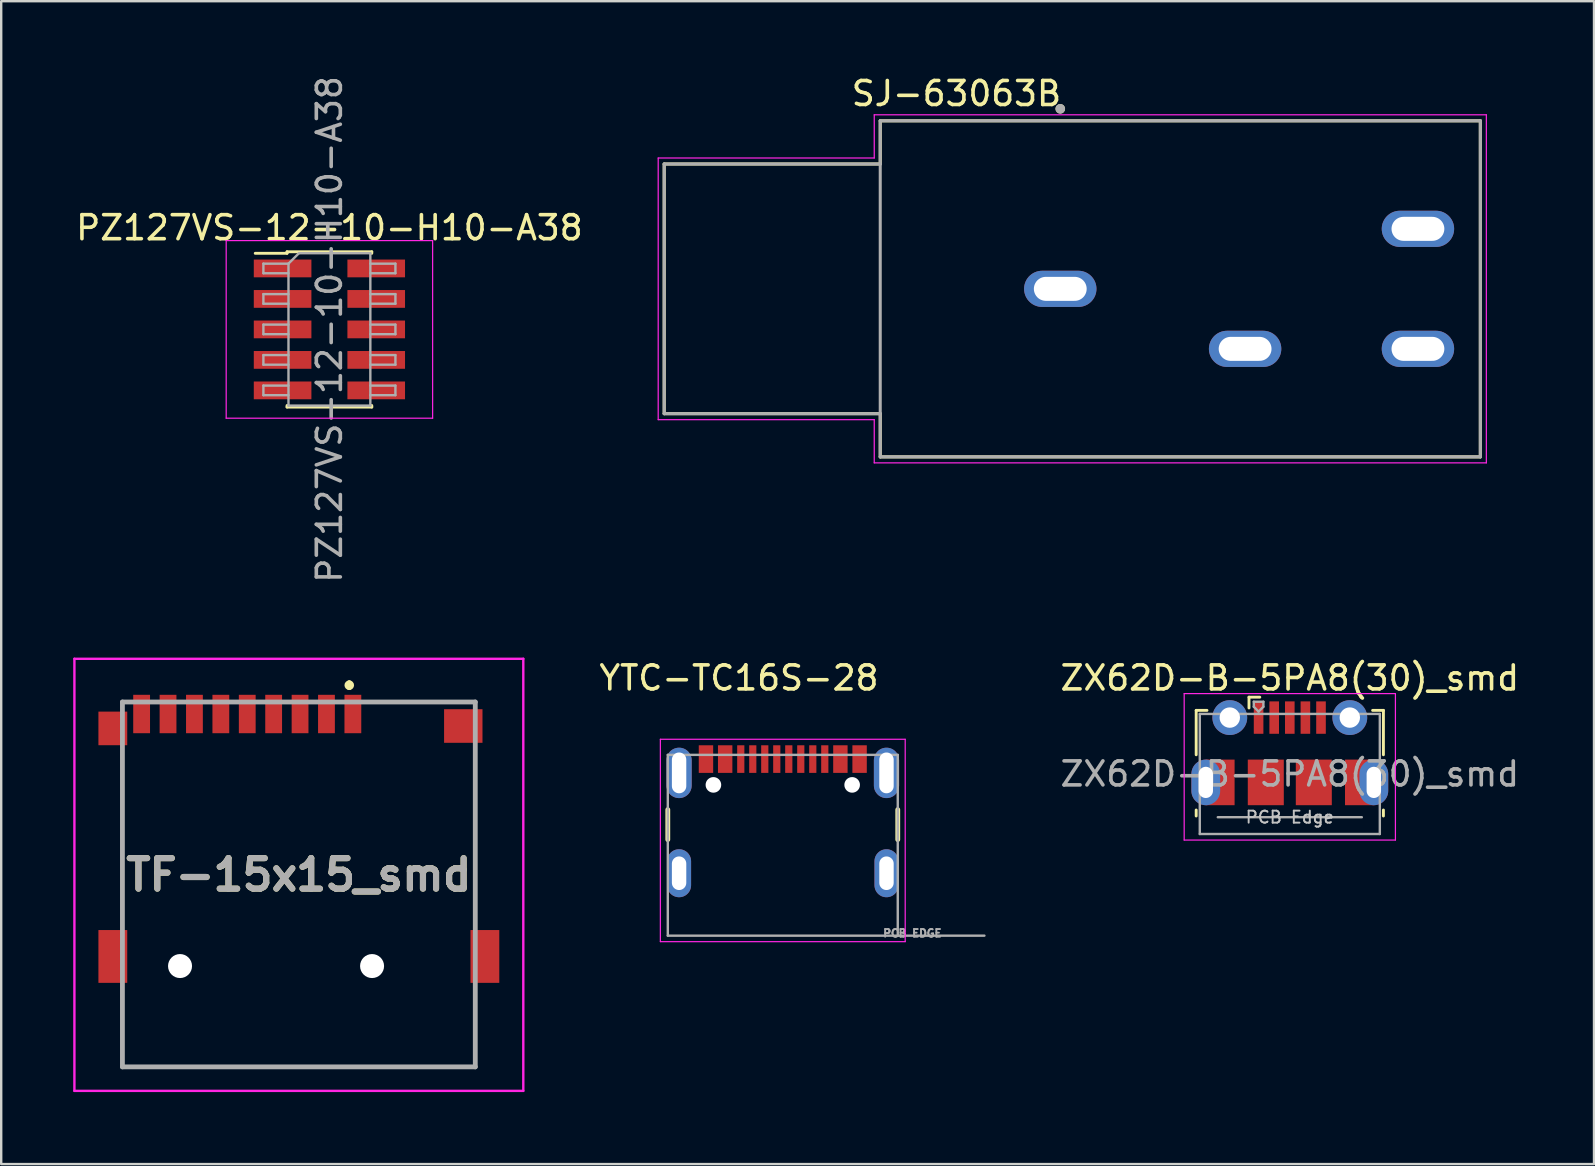
<source format=kicad_pcb>
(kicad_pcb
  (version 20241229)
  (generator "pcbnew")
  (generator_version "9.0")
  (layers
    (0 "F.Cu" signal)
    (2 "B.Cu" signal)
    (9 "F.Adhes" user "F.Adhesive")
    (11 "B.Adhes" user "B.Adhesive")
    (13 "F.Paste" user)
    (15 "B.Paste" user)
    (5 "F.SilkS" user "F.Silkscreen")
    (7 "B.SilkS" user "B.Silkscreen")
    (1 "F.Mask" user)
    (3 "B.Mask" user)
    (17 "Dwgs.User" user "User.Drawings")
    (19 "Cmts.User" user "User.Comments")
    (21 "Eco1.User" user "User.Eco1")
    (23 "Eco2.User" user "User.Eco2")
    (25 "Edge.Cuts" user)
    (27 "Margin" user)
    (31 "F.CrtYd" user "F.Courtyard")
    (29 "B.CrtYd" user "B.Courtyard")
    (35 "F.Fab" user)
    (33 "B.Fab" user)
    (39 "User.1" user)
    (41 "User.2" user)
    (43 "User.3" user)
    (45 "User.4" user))
  (footprint "PZ127VS-12-10-H10-A38"
    (layer "F.Cu")
    (at 10.673 10.673)
    (property "Reference" "PZ127VS-12-10-H10-A38" (at 0 -4.235 0) (layer "F.SilkS") (effects (font (size 1 1) (thickness 0.15))))
    (attr smd)
    (fp_line (start -3.09 -3.17) (end -1.765 -3.17) (stroke (width 0.12) (type solid)) (layer "F.SilkS"))
    (fp_line (start -1.765 -3.235) (end -1.765 -3.17) (stroke (width 0.12) (type solid)) (layer "F.SilkS"))
    (fp_line (start -1.765 -3.235) (end 1.765 -3.235) (stroke (width 0.12) (type solid)) (layer "F.SilkS"))
    (fp_line (start -1.765 3.17) (end -1.765 3.235) (stroke (width 0.12) (type solid)) (layer "F.SilkS"))
    (fp_line (start -1.765 3.235) (end 1.765 3.235) (stroke (width 0.12) (type solid)) (layer "F.SilkS"))
    (fp_line (start 1.765 -3.235) (end 1.765 -3.17) (stroke (width 0.12) (type solid)) (layer "F.SilkS"))
    (fp_line (start 1.765 3.17) (end 1.765 3.235) (stroke (width 0.12) (type solid)) (layer "F.SilkS"))
    (fp_line (start -4.3 -3.7) (end -4.3 3.7) (stroke (width 0.05) (type solid)) (layer "F.CrtYd"))
    (fp_line (start -4.3 3.7) (end 4.3 3.7) (stroke (width 0.05) (type solid)) (layer "F.CrtYd"))
    (fp_line (start 4.3 -3.7) (end -4.3 -3.7) (stroke (width 0.05) (type solid)) (layer "F.CrtYd"))
    (fp_line (start 4.3 3.7) (end 4.3 -3.7) (stroke (width 0.05) (type solid)) (layer "F.CrtYd"))
    (fp_line (start -2.75 -2.74) (end -2.75 -2.34) (stroke (width 0.1) (type solid)) (layer "F.Fab"))
    (fp_line (start -2.75 -2.34) (end -1.705 -2.34) (stroke (width 0.1) (type solid)) (layer "F.Fab"))
    (fp_line (start -2.75 -1.47) (end -2.75 -1.07) (stroke (width 0.1) (type solid)) (layer "F.Fab"))
    (fp_line (start -2.75 -1.07) (end -1.705 -1.07) (stroke (width 0.1) (type solid)) (layer "F.Fab"))
    (fp_line (start -2.75 -0.2) (end -2.75 0.2) (stroke (width 0.1) (type solid)) (layer "F.Fab"))
    (fp_line (start -2.75 0.2) (end -1.705 0.2) (stroke (width 0.1) (type solid)) (layer "F.Fab"))
    (fp_line (start -2.75 1.07) (end -2.75 1.47) (stroke (width 0.1) (type solid)) (layer "F.Fab"))
    (fp_line (start -2.75 1.47) (end -1.705 1.47) (stroke (width 0.1) (type solid)) (layer "F.Fab"))
    (fp_line (start -2.75 2.34) (end -2.75 2.74) (stroke (width 0.1) (type solid)) (layer "F.Fab"))
    (fp_line (start -2.75 2.74) (end -1.705 2.74) (stroke (width 0.1) (type solid)) (layer "F.Fab"))
    (fp_line (start -1.705 -2.74) (end -2.75 -2.74) (stroke (width 0.1) (type solid)) (layer "F.Fab"))
    (fp_line (start -1.705 -2.74) (end -1.27 -3.175) (stroke (width 0.1) (type solid)) (layer "F.Fab"))
    (fp_line (start -1.705 -1.47) (end -2.75 -1.47) (stroke (width 0.1) (type solid)) (layer "F.Fab"))
    (fp_line (start -1.705 -0.2) (end -2.75 -0.2) (stroke (width 0.1) (type solid)) (layer "F.Fab"))
    (fp_line (start -1.705 1.07) (end -2.75 1.07) (stroke (width 0.1) (type solid)) (layer "F.Fab"))
    (fp_line (start -1.705 2.34) (end -2.75 2.34) (stroke (width 0.1) (type solid)) (layer "F.Fab"))
    (fp_line (start -1.705 3.175) (end -1.705 -2.74) (stroke (width 0.1) (type solid)) (layer "F.Fab"))
    (fp_line (start -1.27 -3.175) (end 1.705 -3.175) (stroke (width 0.1) (type solid)) (layer "F.Fab"))
    (fp_line (start 1.705 -3.175) (end 1.705 3.175) (stroke (width 0.1) (type solid)) (layer "F.Fab"))
    (fp_line (start 1.705 -2.74) (end 2.75 -2.74) (stroke (width 0.1) (type solid)) (layer "F.Fab"))
    (fp_line (start 1.705 -1.47) (end 2.75 -1.47) (stroke (width 0.1) (type solid)) (layer "F.Fab"))
    (fp_line (start 1.705 -0.2) (end 2.75 -0.2) (stroke (width 0.1) (type solid)) (layer "F.Fab"))
    (fp_line (start 1.705 1.07) (end 2.75 1.07) (stroke (width 0.1) (type solid)) (layer "F.Fab"))
    (fp_line (start 1.705 2.34) (end 2.75 2.34) (stroke (width 0.1) (type solid)) (layer "F.Fab"))
    (fp_line (start 1.705 3.175) (end -1.705 3.175) (stroke (width 0.1) (type solid)) (layer "F.Fab"))
    (fp_line (start 2.75 -2.74) (end 2.75 -2.34) (stroke (width 0.1) (type solid)) (layer "F.Fab"))
    (fp_line (start 2.75 -2.34) (end 1.705 -2.34) (stroke (width 0.1) (type solid)) (layer "F.Fab"))
    (fp_line (start 2.75 -1.47) (end 2.75 -1.07) (stroke (width 0.1) (type solid)) (layer "F.Fab"))
    (fp_line (start 2.75 -1.07) (end 1.705 -1.07) (stroke (width 0.1) (type solid)) (layer "F.Fab"))
    (fp_line (start 2.75 -0.2) (end 2.75 0.2) (stroke (width 0.1) (type solid)) (layer "F.Fab"))
    (fp_line (start 2.75 0.2) (end 1.705 0.2) (stroke (width 0.1) (type solid)) (layer "F.Fab"))
    (fp_line (start 2.75 1.07) (end 2.75 1.47) (stroke (width 0.1) (type solid)) (layer "F.Fab"))
    (fp_line (start 2.75 1.47) (end 1.705 1.47) (stroke (width 0.1) (type solid)) (layer "F.Fab"))
    (fp_line (start 2.75 2.34) (end 2.75 2.74) (stroke (width 0.1) (type solid)) (layer "F.Fab"))
    (fp_line (start 2.75 2.74) (end 1.705 2.74) (stroke (width 0.1) (type solid)) (layer "F.Fab"))
    (fp_text user "${REFERENCE}" (at 0 0 90) (layer "F.Fab") (effects (font (size 1 1) (thickness 0.15))))
    (pad "1" smd rect (at -1.95 -2.54) (size 2.4 0.74) (layers "F.Cu" "F.Mask" "F.Paste"))
    (pad "2" smd rect (at 1.95 -2.54) (size 2.4 0.74) (layers "F.Cu" "F.Mask" "F.Paste"))
    (pad "3" smd rect (at -1.95 -1.27) (size 2.4 0.74) (layers "F.Cu" "F.Mask" "F.Paste"))
    (pad "4" smd rect (at 1.95 -1.27) (size 2.4 0.74) (layers "F.Cu" "F.Mask" "F.Paste"))
    (pad "5" smd rect (at -1.95 0) (size 2.4 0.74) (layers "F.Cu" "F.Mask" "F.Paste"))
    (pad "6" smd rect (at 1.95 0) (size 2.4 0.74) (layers "F.Cu" "F.Mask" "F.Paste"))
    (pad "7" smd rect (at -1.95 1.27) (size 2.4 0.74) (layers "F.Cu" "F.Mask" "F.Paste"))
    (pad "8" smd rect (at 1.95 1.27) (size 2.4 0.74) (layers "F.Cu" "F.Mask" "F.Paste"))
    (pad "9" smd rect (at -1.95 2.54) (size 2.4 0.74) (layers "F.Cu" "F.Mask" "F.Paste"))
    (pad "10" smd rect (at 1.95 2.54) (size 2.4 0.74) (layers "F.Cu" "F.Mask" "F.Paste")))
  (footprint "YTC-TC16S-28"
    (layer "F.Cu")
    (at 29.56 33.328)
    (property "Reference" "YTC-TC16S-28" (at -1.825 -8.135 0) (layer "F.SilkS") (effects (font (size 1 1) (thickness 0.15))))
    (attr smd)
    (fp_line (start -4.79 -2.65) (end -4.79 -1.4) (stroke (width 0.2) (type solid)) (layer "F.SilkS"))
    (fp_line (start 4.79 -2.65) (end 4.79 -1.4) (stroke (width 0.2) (type solid)) (layer "F.SilkS"))
    (fp_line (start -5.1 -5.58) (end -5.1 2.85) (stroke (width 0.05) (type solid)) (layer "F.CrtYd"))
    (fp_line (start -5.1 2.85) (end 5.1 2.85) (stroke (width 0.05) (type solid)) (layer "F.CrtYd"))
    (fp_line (start 5.1 -5.58) (end -5.1 -5.58) (stroke (width 0.05) (type solid)) (layer "F.CrtYd"))
    (fp_line (start 5.1 2.85) (end 5.1 -5.58) (stroke (width 0.05) (type solid)) (layer "F.CrtYd"))
    (fp_line (start -4.79 -4.93) (end 4.79 -4.93) (stroke (width 0.1) (type solid)) (layer "F.Fab"))
    (fp_line (start -4.79 2.6) (end -4.79 -4.93) (stroke (width 0.1) (type solid)) (layer "F.Fab"))
    (fp_line (start 4.79 -4.93) (end 4.79 2.6) (stroke (width 0.1) (type solid)) (layer "F.Fab"))
    (fp_line (start 4.79 2.6) (end -4.79 2.6) (stroke (width 0.1) (type solid)) (layer "F.Fab"))
    (fp_line (start 4.8 2.6) (end 8.4 2.6) (stroke (width 0.1) (type solid)) (layer "F.Fab"))
    (fp_line (start 4.79 2.6) (end 4.79 1.32) (stroke (width 0.2) (type solid)) (layer "User.8"))
    (fp_line (start -4.79 1.32) (end -4.79 2.6) (stroke (width 0.2) (type solid)) (layer "User.9"))
    (fp_line (start -4.79 2.6) (end 4.79 2.6) (stroke (width 0.2) (type solid)) (layer "User.9"))
    (fp_text user "PCB EDGE" (at 5.4 2.5 0) (layer "F.Fab") (effects (font (size 0.32 0.32) (thickness 0.15))))
    (pad "" np_thru_hole circle (at -2.89 -3.68) (size 0.65 0.65) (drill 0.65) (layers "*.Cu" "*.Mask"))
    (pad "" np_thru_hole circle (at 2.89 -3.68) (size 0.65 0.65) (drill 0.65) (layers "*.Cu" "*.Mask"))
    (pad "A1_B12" smd rect (at -3.2 -4.755) (size 0.6 1.15) (layers "F.Cu" "F.Mask" "F.Paste"))
    (pad "A4_B9" smd rect (at -2.4 -4.755) (size 0.6 1.15) (layers "F.Cu" "F.Mask" "F.Paste"))
    (pad "A5" smd rect (at -1.25 -4.755) (size 0.3 1.15) (layers "F.Cu" "F.Mask" "F.Paste"))
    (pad "A6" smd rect (at -0.25 -4.755) (size 0.3 1.15) (layers "F.Cu" "F.Mask" "F.Paste"))
    (pad "A7" smd rect (at 0.25 -4.755) (size 0.3 1.15) (layers "F.Cu" "F.Mask" "F.Paste"))
    (pad "A8" smd rect (at 1.25 -4.755) (size 0.3 1.15) (layers "F.Cu" "F.Mask" "F.Paste"))
    (pad "B1_A12" smd rect (at 3.2 -4.755) (size 0.6 1.15) (layers "F.Cu" "F.Mask" "F.Paste"))
    (pad "B4_A9" smd rect (at 2.4 -4.755) (size 0.6 1.15) (layers "F.Cu" "F.Mask" "F.Paste"))
    (pad "B5" smd rect (at 1.75 -4.755) (size 0.3 1.15) (layers "F.Cu" "F.Mask" "F.Paste"))
    (pad "B6" smd rect (at 0.75 -4.755) (size 0.3 1.15) (layers "F.Cu" "F.Mask" "F.Paste"))
    (pad "B7" smd rect (at -0.75 -4.755) (size 0.3 1.15) (layers "F.Cu" "F.Mask" "F.Paste"))
    (pad "B8" smd rect (at -1.75 -4.755) (size 0.3 1.15) (layers "F.Cu" "F.Mask" "F.Paste"))
    (pad "S1" thru_hole oval (at -4.32 -4.18) (size 1.05 2.1) (drill oval 0.6 1.7) (layers "*.Cu" "*.Mask"))
    (pad "S2" thru_hole oval (at -4.32 0) (size 1 2) (drill oval 0.6 1.4) (layers "*.Cu" "*.Mask"))
    (pad "S3" thru_hole oval (at 4.32 0) (size 1 2) (drill oval 0.6 1.4) (layers "*.Cu" "*.Mask"))
    (pad "S4" thru_hole oval (at 4.32 -4.18) (size 1.05 2.1) (drill oval 0.6 1.7) (layers "*.Cu" "*.Mask")))
  (footprint "ZX62D-B-5PA8(30)_smd"
    (layer "F.Cu")
    (at 50.682 28.306)
    (property "Reference" "ZX62D-B-5PA8(30)_smd" (at 0 -3.112 0) (layer "F.SilkS") (effects (font (size 1 1) (thickness 0.15))))
    (attr smd)
    (fp_line (start -3.9 -1.762) (end -3.45 -1.762) (stroke (width 0.12) (type solid)) (layer "F.SilkS"))
    (fp_line (start -3.9 0.087) (end -3.9 -1.762) (stroke (width 0.12) (type solid)) (layer "F.SilkS"))
    (fp_line (start -3.9 2.638) (end -3.9 2.388) (stroke (width 0.12) (type solid)) (layer "F.SilkS"))
    (fp_line (start -1.7 -2.312) (end -1.7 -1.863) (stroke (width 0.12) (type solid)) (layer "F.SilkS"))
    (fp_line (start -1.7 -2.312) (end -1.25 -2.312) (stroke (width 0.12) (type solid)) (layer "F.SilkS"))
    (fp_line (start 3.9 -1.762) (end 3.45 -1.762) (stroke (width 0.12) (type solid)) (layer "F.SilkS"))
    (fp_line (start 3.9 0.087) (end 3.9 -1.762) (stroke (width 0.12) (type solid)) (layer "F.SilkS"))
    (fp_line (start 3.9 2.638) (end 3.9 2.388) (stroke (width 0.12) (type solid)) (layer "F.SilkS"))
    (fp_line (start -4.4 -2.46) (end 4.4 -2.46) (stroke (width 0.05) (type solid)) (layer "F.CrtYd"))
    (fp_line (start -4.4 3.64) (end -4.4 -2.46) (stroke (width 0.05) (type solid)) (layer "F.CrtYd"))
    (fp_line (start -4.4 3.64) (end 4.4 3.64) (stroke (width 0.05) (type solid)) (layer "F.CrtYd"))
    (fp_line (start 4.4 -2.46) (end 4.4 3.64) (stroke (width 0.05) (type solid)) (layer "F.CrtYd"))
    (fp_line (start -3.75 -1.613) (end 3.75 -1.613) (stroke (width 0.1) (type solid)) (layer "F.Fab"))
    (fp_line (start -3.75 3.388) (end -3.75 -1.613) (stroke (width 0.1) (type solid)) (layer "F.Fab"))
    (fp_line (start -3.75 3.389) (end 3.75 3.389) (stroke (width 0.1) (type solid)) (layer "F.Fab"))
    (fp_line (start -3 2.689) (end 3 2.689) (stroke (width 0.1) (type solid)) (layer "F.Fab"))
    (fp_line (start -1.5 -2.123) (end -1.5 -1.913) (stroke (width 0.1) (type solid)) (layer "F.Fab"))
    (fp_line (start -1.5 -2.123) (end -1.1 -2.123) (stroke (width 0.1) (type solid)) (layer "F.Fab"))
    (fp_line (start -1.3 -1.712) (end -1.5 -1.913) (stroke (width 0.1) (type solid)) (layer "F.Fab"))
    (fp_line (start -1.1 -2.123) (end -1.1 -1.913) (stroke (width 0.1) (type solid)) (layer "F.Fab"))
    (fp_line (start -1.1 -1.913) (end -1.3 -1.712) (stroke (width 0.1) (type solid)) (layer "F.Fab"))
    (fp_line (start 3.75 3.388) (end 3.75 -1.613) (stroke (width 0.1) (type solid)) (layer "F.Fab"))
    (fp_text user "PCB Edge" (at 0 2.688 0) (layer "Dwgs.User") (effects (font (size 0.5 0.5) (thickness 0.08))))
    (fp_text user "${REFERENCE}" (at 0 0.887 0) (layer "F.Fab") (effects (font (size 1 1) (thickness 0.15))))
    (pad "1" smd rect (at -1.3 -1.462) (size 0.4 1.35) (layers "F.Cu" "F.Mask" "F.Paste"))
    (pad "2" smd rect (at -0.65 -1.462) (size 0.4 1.35) (layers "F.Cu" "F.Mask" "F.Paste"))
    (pad "3" smd rect (at 0 -1.462) (size 0.4 1.35) (layers "F.Cu" "F.Mask" "F.Paste"))
    (pad "4" smd rect (at 0.65 -1.462) (size 0.4 1.35) (layers "F.Cu" "F.Mask" "F.Paste"))
    (pad "5" smd rect (at 1.3 -1.462) (size 0.4 1.35) (layers "F.Cu" "F.Mask" "F.Paste"))
    (pad "6" thru_hole circle (at 2.5 -1.462) (size 1.45 1.45) (drill 0.85) (layers "*.Cu" "*.Mask"))
    (pad "7" smd rect (at 2.9 1.238) (size 1.2 1.9) (layers "F.Cu" "F.Mask"))
    (pad "7" thru_hole oval (at 3.5 1.238) (size 1.2 1.9) (drill oval 0.6 1.3) (layers "*.Cu" "*.Mask"))
    (pad "8" smd rect (at 1 1.238) (size 1.5 1.9) (layers "F.Cu" "F.Mask" "F.Paste"))
    (pad "9" smd rect (at -1 1.238) (size 1.5 1.9) (layers "F.Cu" "F.Mask" "F.Paste"))
    (pad "10" thru_hole oval (at -3.5 1.238 180) (size 1.2 1.9) (drill oval 0.6 1.3) (layers "*.Cu" "*.Mask"))
    (pad "10" smd rect (at -2.9 1.238) (size 1.2 1.9) (layers "F.Cu" "F.Mask"))
    (pad "11" thru_hole circle (at -2.5 -1.462) (size 1.45 1.45) (drill 0.85) (layers "*.Cu" "*.Mask")))
  (footprint "TF-15x15_smd"
    (layer "F.Cu")
    (at 9.4 33.795)
    (property "Reference" "TF-15x15_smd" (at 0 -0.4 0) (layer "F.SilkS") (effects (font (size 1.27 1.27) (thickness 0.254))))
    (attr through_hole)
    (fp_line (start -7.35 -5.4) (end -7.35 1.5) (stroke (width 0.1) (type solid)) (layer "F.SilkS"))
    (fp_line (start -7.35 4.5) (end -7.35 7.6) (stroke (width 0.1) (type solid)) (layer "F.SilkS"))
    (fp_line (start -7.35 7.6) (end 7.35 7.6) (stroke (width 0.1) (type solid)) (layer "F.SilkS"))
    (fp_line (start 2.1 -8.4) (end 2.1 -8.4) (stroke (width 0.2) (type solid)) (layer "F.SilkS"))
    (fp_line (start 2.1 -8.2) (end 2.1 -8.2) (stroke (width 0.2) (type solid)) (layer "F.SilkS"))
    (fp_line (start 3.05 -7.6) (end 7.35 -7.6) (stroke (width 0.1) (type solid)) (layer "F.SilkS"))
    (fp_line (start 7.35 -5.4) (end 7.35 1.5) (stroke (width 0.1) (type solid)) (layer "F.SilkS"))
    (fp_line (start 7.35 7.6) (end 7.35 4.5) (stroke (width 0.1) (type solid)) (layer "F.SilkS"))
    (fp_arc (start 2.1 -8.4) (mid 2.2 -8.3) (end 2.1 -8.2) (stroke (width 0.2) (type solid)) (layer "F.SilkS"))
    (fp_arc (start 2.1 -8.2) (mid 2 -8.3) (end 2.1 -8.4) (stroke (width 0.2) (type solid)) (layer "F.SilkS"))
    (fp_line (start -9.35 -9.4) (end 9.35 -9.4) (stroke (width 0.1) (type solid)) (layer "F.CrtYd"))
    (fp_line (start -9.35 8.6) (end -9.35 -9.4) (stroke (width 0.1) (type solid)) (layer "F.CrtYd"))
    (fp_line (start 9.35 -9.4) (end 9.35 8.6) (stroke (width 0.1) (type solid)) (layer "F.CrtYd"))
    (fp_line (start 9.35 8.6) (end -9.35 8.6) (stroke (width 0.1) (type solid)) (layer "F.CrtYd"))
    (fp_line (start -7.35 -7.6) (end 7.35 -7.6) (stroke (width 0.2) (type solid)) (layer "F.Fab"))
    (fp_line (start -7.35 7.6) (end -7.35 -7.6) (stroke (width 0.2) (type solid)) (layer "F.Fab"))
    (fp_line (start 7.35 -7.6) (end 7.35 7.6) (stroke (width 0.2) (type solid)) (layer "F.Fab"))
    (fp_line (start 7.35 7.6) (end -7.35 7.6) (stroke (width 0.2) (type solid)) (layer "F.Fab"))
    (fp_text user "${REFERENCE}" (at 0 -0.4 0) (layer "F.Fab") (effects (font (size 1.27 1.27) (thickness 0.254))))
    (pad "" np_thru_hole circle (at -4.95 3.4) (size 1 1) (drill 1) (layers "*.Cu" "*.Mask"))
    (pad "" np_thru_hole circle (at 3.05 3.4) (size 1 1) (drill 1) (layers "*.Cu" "*.Mask"))
    (pad "1" smd rect (at 2.25 -7.1) (size 0.7 1.6) (layers "F.Cu" "F.Mask" "F.Paste"))
    (pad "2" smd rect (at 1.15 -7.1) (size 0.7 1.6) (layers "F.Cu" "F.Mask" "F.Paste"))
    (pad "3" smd rect (at 0.05 -7.1) (size 0.7 1.6) (layers "F.Cu" "F.Mask" "F.Paste"))
    (pad "4" smd rect (at -1.05 -7.1) (size 0.7 1.6) (layers "F.Cu" "F.Mask" "F.Paste"))
    (pad "5" smd rect (at -2.15 -7.1) (size 0.7 1.6) (layers "F.Cu" "F.Mask" "F.Paste"))
    (pad "6" smd rect (at -3.25 -7.1) (size 0.7 1.6) (layers "F.Cu" "F.Mask" "F.Paste"))
    (pad "7" smd rect (at -4.35 -7.1) (size 0.7 1.6) (layers "F.Cu" "F.Mask" "F.Paste"))
    (pad "8" smd rect (at -5.45 -7.1) (size 0.7 1.6) (layers "F.Cu" "F.Mask" "F.Paste"))
    (pad "9" smd rect (at -6.55 -7.1) (size 0.7 1.6) (layers "F.Cu" "F.Mask" "F.Paste"))
    (pad "10" smd rect (at -7.75 3) (size 1.2 2.2) (layers "F.Cu" "F.Mask" "F.Paste"))
    (pad "11" smd rect (at 7.75 3) (size 1.2 2.2) (layers "F.Cu" "F.Mask" "F.Paste"))
    (pad "12" smd rect (at 6.85 -6.6 90) (size 1.4 1.6) (layers "F.Cu" "F.Mask" "F.Paste"))
    (pad "13" smd rect (at -7.75 -6.5) (size 1.2 1.4) (layers "F.Cu" "F.Mask" "F.Paste")))
  (footprint "SJ-63063B"
    (layer "F.Cu")
    (at 41.12 8.983)
    (property "Reference" "SJ-63063B" (at -4.325 -8.135 0) (layer "F.SilkS") (effects (font (size 1 1) (thickness 0.15))))
    (attr through_hole)
    (fp_line (start -16.5 -5.2) (end -16.5 5.2) (stroke (width 0.127) (type solid)) (layer "F.SilkS"))
    (fp_line (start -16.5 -5.2) (end -7.5 -5.2) (stroke (width 0.127) (type solid)) (layer "F.SilkS"))
    (fp_line (start -16.5 5.2) (end -7.5 5.2) (stroke (width 0.127) (type solid)) (layer "F.SilkS"))
    (fp_line (start -7.5 -7) (end 17.5 -7) (stroke (width 0.127) (type solid)) (layer "F.SilkS"))
    (fp_line (start -7.5 -5.2) (end -7.5 -7) (stroke (width 0.127) (type solid)) (layer "F.SilkS"))
    (fp_line (start -7.5 7) (end -7.5 5.2) (stroke (width 0.127) (type solid)) (layer "F.SilkS"))
    (fp_line (start 17.5 -7) (end 17.5 7) (stroke (width 0.127) (type solid)) (layer "F.SilkS"))
    (fp_line (start 17.5 7) (end -7.5 7) (stroke (width 0.127) (type solid)) (layer "F.SilkS"))
    (fp_circle (center 0 -7.5) (end 0.1 -7.5) (stroke (width 0.2) (type solid)) (fill no) (layer "F.SilkS"))
    (fp_line (start -16.75 -5.45) (end -16.75 5.45) (stroke (width 0.05) (type solid)) (layer "F.CrtYd"))
    (fp_line (start -16.75 -5.45) (end -7.75 -5.45) (stroke (width 0.05) (type solid)) (layer "F.CrtYd"))
    (fp_line (start -16.75 5.45) (end -7.75 5.45) (stroke (width 0.05) (type solid)) (layer "F.CrtYd"))
    (fp_line (start -7.75 -7.25) (end 17.75 -7.25) (stroke (width 0.05) (type solid)) (layer "F.CrtYd"))
    (fp_line (start -7.75 -5.45) (end -7.75 -7.25) (stroke (width 0.05) (type solid)) (layer "F.CrtYd"))
    (fp_line (start -7.75 7.25) (end -7.75 5.45) (stroke (width 0.05) (type solid)) (layer "F.CrtYd"))
    (fp_line (start 17.75 -7.25) (end 17.75 7.25) (stroke (width 0.05) (type solid)) (layer "F.CrtYd"))
    (fp_line (start 17.75 7.25) (end -7.75 7.25) (stroke (width 0.05) (type solid)) (layer "F.CrtYd"))
    (fp_line (start -16.5 -5.2) (end -16.5 5.2) (stroke (width 0.127) (type solid)) (layer "F.Fab"))
    (fp_line (start -16.5 -5.2) (end -7.5 -5.2) (stroke (width 0.127) (type solid)) (layer "F.Fab"))
    (fp_line (start -16.5 5.2) (end -7.5 5.2) (stroke (width 0.127) (type solid)) (layer "F.Fab"))
    (fp_line (start -7.5 -7) (end 17.5 -7) (stroke (width 0.127) (type solid)) (layer "F.Fab"))
    (fp_line (start -7.5 -5.2) (end -7.5 -7) (stroke (width 0.127) (type solid)) (layer "F.Fab"))
    (fp_line (start -7.5 5.2) (end -7.5 -5.2) (stroke (width 0.127) (type solid)) (layer "F.Fab"))
    (fp_line (start -7.5 7) (end -7.5 5.2) (stroke (width 0.127) (type solid)) (layer "F.Fab"))
    (fp_line (start 17.5 -7) (end 17.5 7) (stroke (width 0.127) (type solid)) (layer "F.Fab"))
    (fp_line (start 17.5 7) (end -7.5 7) (stroke (width 0.127) (type solid)) (layer "F.Fab"))
    (fp_circle (center 0 -7.5) (end 0.1 -7.5) (stroke (width 0.2) (type solid)) (fill no) (layer "F.Fab"))
    (pad "1" thru_hole oval (at 0 0) (size 3.016 1.508) (drill oval 2.2 1) (layers "*.Cu" "*.Mask"))
    (pad "2" thru_hole oval (at 14.9 2.5) (size 3.016 1.508) (drill oval 2.2 1) (layers "*.Cu" "*.Mask"))
    (pad "3" thru_hole oval (at 14.9 -2.5) (size 3.016 1.508) (drill oval 2.2 1) (layers "*.Cu" "*.Mask"))
    (pad "4" thru_hole oval (at 7.7 2.5) (size 3.016 1.508) (drill oval 2.2 1) (layers "*.Cu" "*.Mask")))
  (gr_rect
    (start -3 -3)
    (end 63.355 45.445)
    (stroke (width 0.1) (type default))
    (fill no)
    (layer "Edge.Cuts")))
</source>
